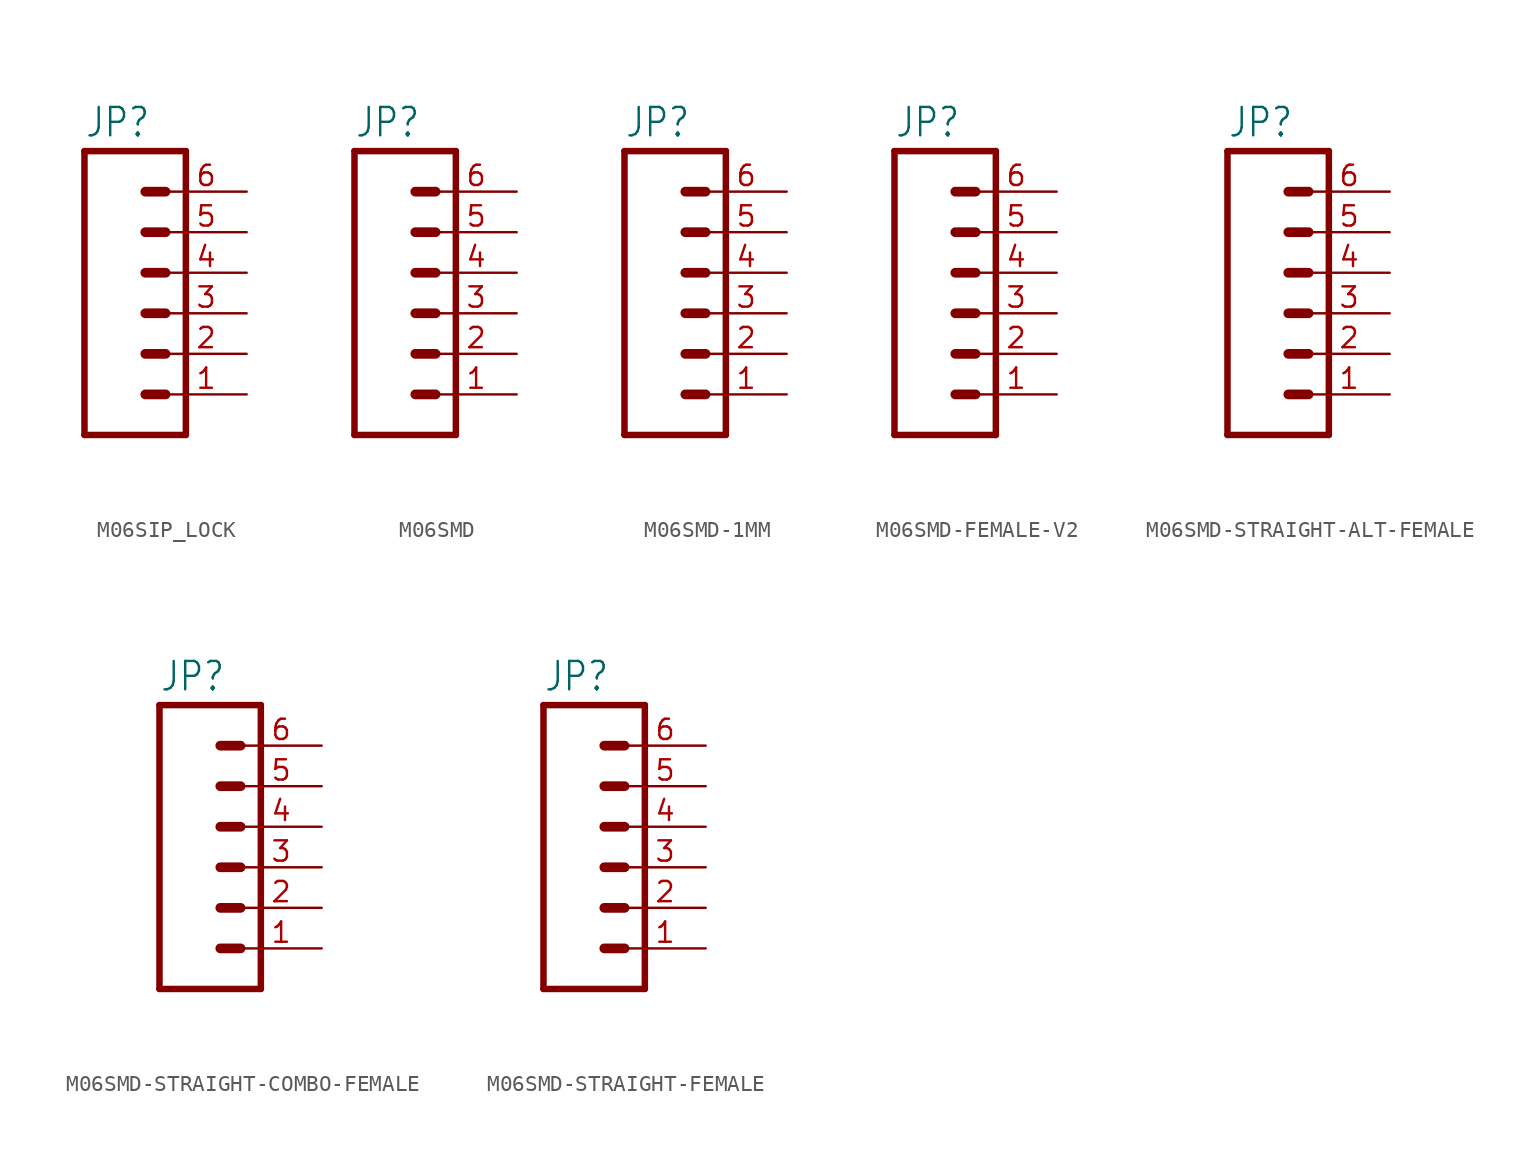
<source format=kicad_sym>
(kicad_symbol_lib
  (version 20231120)
  (generator "kicad_symbol_editor")
  (generator_version "8.0")
  (symbol "M06SIP_LOCK"
    (property "Reference" "JP"
      (at -5.08 10.922 0)
      (effects (font (size 1.778 1.511)) (justify left bottom)))
    (property "Value" ""
      (at -5.08 -10.16 0)
      (effects (font (size 1.778 1.511)) (justify left bottom)))
    (property "ki_locked" ""
      (at 0 0 0)
      (effects (font (size 1.27 1.27))))
    (symbol "M06SIP_LOCK_1_0"
      (polyline (pts (xy -5.08 10.16) (xy -5.08 -7.62)) (stroke (width 0.406) (type solid)) (fill (type none)))
      (polyline (pts (xy -5.08 10.16) (xy 1.27 10.16)) (stroke (width 0.406) (type solid)) (fill (type none)))
      (polyline (pts (xy -1.27 -5.08) (xy 0 -5.08)) (stroke (width 0.61) (type solid)) (fill (type none)))
      (polyline (pts (xy -1.27 -2.54) (xy 0 -2.54)) (stroke (width 0.61) (type solid)) (fill (type none)))
      (polyline (pts (xy -1.27 0) (xy 0 0)) (stroke (width 0.61) (type solid)) (fill (type none)))
      (polyline (pts (xy -1.27 2.54) (xy 0 2.54)) (stroke (width 0.61) (type solid)) (fill (type none)))
      (polyline (pts (xy -1.27 5.08) (xy 0 5.08)) (stroke (width 0.61) (type solid)) (fill (type none)))
      (polyline (pts (xy -1.27 7.62) (xy 0 7.62)) (stroke (width 0.61) (type solid)) (fill (type none)))
      (polyline (pts (xy 1.27 -7.62) (xy -5.08 -7.62)) (stroke (width 0.406) (type solid)) (fill (type none)))
      (polyline (pts (xy 1.27 -7.62) (xy 1.27 10.16)) (stroke (width 0.406) (type solid)) (fill (type none)))
      (pin passive line (at 5.08 -5.08 180) (length 5.08) (name "1" (effects (font (size 0 0)))) (number "1" (effects (font (size 1.27 1.27)))))
      (pin passive line (at 5.08 -2.54 180) (length 5.08) (name "2" (effects (font (size 0 0)))) (number "2" (effects (font (size 1.27 1.27)))))
      (pin passive line (at 5.08 0 180) (length 5.08) (name "3" (effects (font (size 0 0)))) (number "3" (effects (font (size 1.27 1.27)))))
      (pin passive line (at 5.08 2.54 180) (length 5.08) (name "4" (effects (font (size 0 0)))) (number "4" (effects (font (size 1.27 1.27)))))
      (pin passive line (at 5.08 5.08 180) (length 5.08) (name "5" (effects (font (size 0 0)))) (number "5" (effects (font (size 1.27 1.27)))))
      (pin passive line (at 5.08 7.62 180) (length 5.08) (name "6" (effects (font (size 0 0)))) (number "6" (effects (font (size 1.27 1.27)))))))
  (symbol "M06SMD"
    (property "Reference" "JP"
      (at -5.08 10.922 0)
      (effects (font (size 1.778 1.511)) (justify left bottom)))
    (property "Value" ""
      (at -5.08 -10.16 0)
      (effects (font (size 1.778 1.511)) (justify left bottom)))
    (property "ki_locked" ""
      (at 0 0 0)
      (effects (font (size 1.27 1.27))))
    (symbol "M06SMD_1_0"
      (polyline (pts (xy -5.08 10.16) (xy -5.08 -7.62)) (stroke (width 0.406) (type solid)) (fill (type none)))
      (polyline (pts (xy -5.08 10.16) (xy 1.27 10.16)) (stroke (width 0.406) (type solid)) (fill (type none)))
      (polyline (pts (xy -1.27 -5.08) (xy 0 -5.08)) (stroke (width 0.61) (type solid)) (fill (type none)))
      (polyline (pts (xy -1.27 -2.54) (xy 0 -2.54)) (stroke (width 0.61) (type solid)) (fill (type none)))
      (polyline (pts (xy -1.27 0) (xy 0 0)) (stroke (width 0.61) (type solid)) (fill (type none)))
      (polyline (pts (xy -1.27 2.54) (xy 0 2.54)) (stroke (width 0.61) (type solid)) (fill (type none)))
      (polyline (pts (xy -1.27 5.08) (xy 0 5.08)) (stroke (width 0.61) (type solid)) (fill (type none)))
      (polyline (pts (xy -1.27 7.62) (xy 0 7.62)) (stroke (width 0.61) (type solid)) (fill (type none)))
      (polyline (pts (xy 1.27 -7.62) (xy -5.08 -7.62)) (stroke (width 0.406) (type solid)) (fill (type none)))
      (polyline (pts (xy 1.27 -7.62) (xy 1.27 10.16)) (stroke (width 0.406) (type solid)) (fill (type none)))
      (pin passive line (at 5.08 -5.08 180) (length 5.08) (name "1" (effects (font (size 0 0)))) (number "1" (effects (font (size 1.27 1.27)))))
      (pin passive line (at 5.08 -2.54 180) (length 5.08) (name "2" (effects (font (size 0 0)))) (number "2" (effects (font (size 1.27 1.27)))))
      (pin passive line (at 5.08 0 180) (length 5.08) (name "3" (effects (font (size 0 0)))) (number "3" (effects (font (size 1.27 1.27)))))
      (pin passive line (at 5.08 2.54 180) (length 5.08) (name "4" (effects (font (size 0 0)))) (number "4" (effects (font (size 1.27 1.27)))))
      (pin passive line (at 5.08 5.08 180) (length 5.08) (name "5" (effects (font (size 0 0)))) (number "5" (effects (font (size 1.27 1.27)))))
      (pin passive line (at 5.08 7.62 180) (length 5.08) (name "6" (effects (font (size 0 0)))) (number "6" (effects (font (size 1.27 1.27)))))))
  (symbol "M06SMD-1MM"
    (property "Reference" "JP"
      (at -5.08 10.922 0)
      (effects (font (size 1.778 1.511)) (justify left bottom)))
    (property "Value" ""
      (at -5.08 -10.16 0)
      (effects (font (size 1.778 1.511)) (justify left bottom)))
    (property "ki_locked" ""
      (at 0 0 0)
      (effects (font (size 1.27 1.27))))
    (symbol "M06SMD-1MM_1_0"
      (polyline (pts (xy -5.08 10.16) (xy -5.08 -7.62)) (stroke (width 0.406) (type solid)) (fill (type none)))
      (polyline (pts (xy -5.08 10.16) (xy 1.27 10.16)) (stroke (width 0.406) (type solid)) (fill (type none)))
      (polyline (pts (xy -1.27 -5.08) (xy 0 -5.08)) (stroke (width 0.61) (type solid)) (fill (type none)))
      (polyline (pts (xy -1.27 -2.54) (xy 0 -2.54)) (stroke (width 0.61) (type solid)) (fill (type none)))
      (polyline (pts (xy -1.27 0) (xy 0 0)) (stroke (width 0.61) (type solid)) (fill (type none)))
      (polyline (pts (xy -1.27 2.54) (xy 0 2.54)) (stroke (width 0.61) (type solid)) (fill (type none)))
      (polyline (pts (xy -1.27 5.08) (xy 0 5.08)) (stroke (width 0.61) (type solid)) (fill (type none)))
      (polyline (pts (xy -1.27 7.62) (xy 0 7.62)) (stroke (width 0.61) (type solid)) (fill (type none)))
      (polyline (pts (xy 1.27 -7.62) (xy -5.08 -7.62)) (stroke (width 0.406) (type solid)) (fill (type none)))
      (polyline (pts (xy 1.27 -7.62) (xy 1.27 10.16)) (stroke (width 0.406) (type solid)) (fill (type none)))
      (pin passive line (at 5.08 -5.08 180) (length 5.08) (name "1" (effects (font (size 0 0)))) (number "1" (effects (font (size 1.27 1.27)))))
      (pin passive line (at 5.08 -2.54 180) (length 5.08) (name "2" (effects (font (size 0 0)))) (number "2" (effects (font (size 1.27 1.27)))))
      (pin passive line (at 5.08 0 180) (length 5.08) (name "3" (effects (font (size 0 0)))) (number "3" (effects (font (size 1.27 1.27)))))
      (pin passive line (at 5.08 2.54 180) (length 5.08) (name "4" (effects (font (size 0 0)))) (number "4" (effects (font (size 1.27 1.27)))))
      (pin passive line (at 5.08 5.08 180) (length 5.08) (name "5" (effects (font (size 0 0)))) (number "5" (effects (font (size 1.27 1.27)))))
      (pin passive line (at 5.08 7.62 180) (length 5.08) (name "6" (effects (font (size 0 0)))) (number "6" (effects (font (size 1.27 1.27)))))))
  (symbol "M06SMD-FEMALE-V2"
    (property "Reference" "JP"
      (at -5.08 10.922 0)
      (effects (font (size 1.778 1.511)) (justify left bottom)))
    (property "Value" ""
      (at -5.08 -10.16 0)
      (effects (font (size 1.778 1.511)) (justify left bottom)))
    (property "ki_locked" ""
      (at 0 0 0)
      (effects (font (size 1.27 1.27))))
    (symbol "M06SMD-FEMALE-V2_1_0"
      (polyline (pts (xy -5.08 10.16) (xy -5.08 -7.62)) (stroke (width 0.406) (type solid)) (fill (type none)))
      (polyline (pts (xy -5.08 10.16) (xy 1.27 10.16)) (stroke (width 0.406) (type solid)) (fill (type none)))
      (polyline (pts (xy -1.27 -5.08) (xy 0 -5.08)) (stroke (width 0.61) (type solid)) (fill (type none)))
      (polyline (pts (xy -1.27 -2.54) (xy 0 -2.54)) (stroke (width 0.61) (type solid)) (fill (type none)))
      (polyline (pts (xy -1.27 0) (xy 0 0)) (stroke (width 0.61) (type solid)) (fill (type none)))
      (polyline (pts (xy -1.27 2.54) (xy 0 2.54)) (stroke (width 0.61) (type solid)) (fill (type none)))
      (polyline (pts (xy -1.27 5.08) (xy 0 5.08)) (stroke (width 0.61) (type solid)) (fill (type none)))
      (polyline (pts (xy -1.27 7.62) (xy 0 7.62)) (stroke (width 0.61) (type solid)) (fill (type none)))
      (polyline (pts (xy 1.27 -7.62) (xy -5.08 -7.62)) (stroke (width 0.406) (type solid)) (fill (type none)))
      (polyline (pts (xy 1.27 -7.62) (xy 1.27 10.16)) (stroke (width 0.406) (type solid)) (fill (type none)))
      (pin passive line (at 5.08 -5.08 180) (length 5.08) (name "1" (effects (font (size 0 0)))) (number "1" (effects (font (size 1.27 1.27)))))
      (pin passive line (at 5.08 -2.54 180) (length 5.08) (name "2" (effects (font (size 0 0)))) (number "2" (effects (font (size 1.27 1.27)))))
      (pin passive line (at 5.08 0 180) (length 5.08) (name "3" (effects (font (size 0 0)))) (number "3" (effects (font (size 1.27 1.27)))))
      (pin passive line (at 5.08 2.54 180) (length 5.08) (name "4" (effects (font (size 0 0)))) (number "4" (effects (font (size 1.27 1.27)))))
      (pin passive line (at 5.08 5.08 180) (length 5.08) (name "5" (effects (font (size 0 0)))) (number "5" (effects (font (size 1.27 1.27)))))
      (pin passive line (at 5.08 7.62 180) (length 5.08) (name "6" (effects (font (size 0 0)))) (number "6" (effects (font (size 1.27 1.27)))))))
  (symbol "M06SMD-STRAIGHT-ALT-FEMALE"
    (property "Reference" "JP"
      (at -5.08 10.922 0)
      (effects (font (size 1.778 1.511)) (justify left bottom)))
    (property "Value" ""
      (at -5.08 -10.16 0)
      (effects (font (size 1.778 1.511)) (justify left bottom)))
    (property "ki_locked" ""
      (at 0 0 0)
      (effects (font (size 1.27 1.27))))
    (symbol "M06SMD-STRAIGHT-ALT-FEMALE_1_0"
      (polyline (pts (xy -5.08 10.16) (xy -5.08 -7.62)) (stroke (width 0.406) (type solid)) (fill (type none)))
      (polyline (pts (xy -5.08 10.16) (xy 1.27 10.16)) (stroke (width 0.406) (type solid)) (fill (type none)))
      (polyline (pts (xy -1.27 -5.08) (xy 0 -5.08)) (stroke (width 0.61) (type solid)) (fill (type none)))
      (polyline (pts (xy -1.27 -2.54) (xy 0 -2.54)) (stroke (width 0.61) (type solid)) (fill (type none)))
      (polyline (pts (xy -1.27 0) (xy 0 0)) (stroke (width 0.61) (type solid)) (fill (type none)))
      (polyline (pts (xy -1.27 2.54) (xy 0 2.54)) (stroke (width 0.61) (type solid)) (fill (type none)))
      (polyline (pts (xy -1.27 5.08) (xy 0 5.08)) (stroke (width 0.61) (type solid)) (fill (type none)))
      (polyline (pts (xy -1.27 7.62) (xy 0 7.62)) (stroke (width 0.61) (type solid)) (fill (type none)))
      (polyline (pts (xy 1.27 -7.62) (xy -5.08 -7.62)) (stroke (width 0.406) (type solid)) (fill (type none)))
      (polyline (pts (xy 1.27 -7.62) (xy 1.27 10.16)) (stroke (width 0.406) (type solid)) (fill (type none)))
      (pin passive line (at 5.08 -5.08 180) (length 5.08) (name "1" (effects (font (size 0 0)))) (number "1" (effects (font (size 1.27 1.27)))))
      (pin passive line (at 5.08 -2.54 180) (length 5.08) (name "2" (effects (font (size 0 0)))) (number "2" (effects (font (size 1.27 1.27)))))
      (pin passive line (at 5.08 0 180) (length 5.08) (name "3" (effects (font (size 0 0)))) (number "3" (effects (font (size 1.27 1.27)))))
      (pin passive line (at 5.08 2.54 180) (length 5.08) (name "4" (effects (font (size 0 0)))) (number "4" (effects (font (size 1.27 1.27)))))
      (pin passive line (at 5.08 5.08 180) (length 5.08) (name "5" (effects (font (size 0 0)))) (number "5" (effects (font (size 1.27 1.27)))))
      (pin passive line (at 5.08 7.62 180) (length 5.08) (name "6" (effects (font (size 0 0)))) (number "6" (effects (font (size 1.27 1.27)))))))
  (symbol "M06SMD-STRAIGHT-COMBO-FEMALE"
    (property "Reference" "JP"
      (at -5.08 10.922 0)
      (effects (font (size 1.778 1.511)) (justify left bottom)))
    (property "Value" ""
      (at -5.08 -10.16 0)
      (effects (font (size 1.778 1.511)) (justify left bottom)))
    (property "ki_locked" ""
      (at 0 0 0)
      (effects (font (size 1.27 1.27))))
    (symbol "M06SMD-STRAIGHT-COMBO-FEMALE_1_0"
      (polyline (pts (xy -5.08 10.16) (xy -5.08 -7.62)) (stroke (width 0.406) (type solid)) (fill (type none)))
      (polyline (pts (xy -5.08 10.16) (xy 1.27 10.16)) (stroke (width 0.406) (type solid)) (fill (type none)))
      (polyline (pts (xy -1.27 -5.08) (xy 0 -5.08)) (stroke (width 0.61) (type solid)) (fill (type none)))
      (polyline (pts (xy -1.27 -2.54) (xy 0 -2.54)) (stroke (width 0.61) (type solid)) (fill (type none)))
      (polyline (pts (xy -1.27 0) (xy 0 0)) (stroke (width 0.61) (type solid)) (fill (type none)))
      (polyline (pts (xy -1.27 2.54) (xy 0 2.54)) (stroke (width 0.61) (type solid)) (fill (type none)))
      (polyline (pts (xy -1.27 5.08) (xy 0 5.08)) (stroke (width 0.61) (type solid)) (fill (type none)))
      (polyline (pts (xy -1.27 7.62) (xy 0 7.62)) (stroke (width 0.61) (type solid)) (fill (type none)))
      (polyline (pts (xy 1.27 -7.62) (xy -5.08 -7.62)) (stroke (width 0.406) (type solid)) (fill (type none)))
      (polyline (pts (xy 1.27 -7.62) (xy 1.27 10.16)) (stroke (width 0.406) (type solid)) (fill (type none)))
      (pin passive line (at 5.08 -5.08 180) (length 5.08) (name "1" (effects (font (size 0 0)))) (number "1" (effects (font (size 1.27 1.27)))))
      (pin passive line (at 5.08 -2.54 180) (length 5.08) (name "2" (effects (font (size 0 0)))) (number "2" (effects (font (size 1.27 1.27)))))
      (pin passive line (at 5.08 0 180) (length 5.08) (name "3" (effects (font (size 0 0)))) (number "3" (effects (font (size 1.27 1.27)))))
      (pin passive line (at 5.08 2.54 180) (length 5.08) (name "4" (effects (font (size 0 0)))) (number "4" (effects (font (size 1.27 1.27)))))
      (pin passive line (at 5.08 5.08 180) (length 5.08) (name "5" (effects (font (size 0 0)))) (number "5" (effects (font (size 1.27 1.27)))))
      (pin passive line (at 5.08 7.62 180) (length 5.08) (name "6" (effects (font (size 0 0)))) (number "6" (effects (font (size 1.27 1.27)))))))
  (symbol "M06SMD-STRAIGHT-FEMALE"
    (property "Reference" "JP"
      (at -5.08 10.922 0)
      (effects (font (size 1.778 1.511)) (justify left bottom)))
    (property "Value" ""
      (at -5.08 -10.16 0)
      (effects (font (size 1.778 1.511)) (justify left bottom)))
    (property "ki_locked" ""
      (at 0 0 0)
      (effects (font (size 1.27 1.27))))
    (symbol "M06SMD-STRAIGHT-FEMALE_1_0"
      (polyline (pts (xy -5.08 10.16) (xy -5.08 -7.62)) (stroke (width 0.406) (type solid)) (fill (type none)))
      (polyline (pts (xy -5.08 10.16) (xy 1.27 10.16)) (stroke (width 0.406) (type solid)) (fill (type none)))
      (polyline (pts (xy -1.27 -5.08) (xy 0 -5.08)) (stroke (width 0.61) (type solid)) (fill (type none)))
      (polyline (pts (xy -1.27 -2.54) (xy 0 -2.54)) (stroke (width 0.61) (type solid)) (fill (type none)))
      (polyline (pts (xy -1.27 0) (xy 0 0)) (stroke (width 0.61) (type solid)) (fill (type none)))
      (polyline (pts (xy -1.27 2.54) (xy 0 2.54)) (stroke (width 0.61) (type solid)) (fill (type none)))
      (polyline (pts (xy -1.27 5.08) (xy 0 5.08)) (stroke (width 0.61) (type solid)) (fill (type none)))
      (polyline (pts (xy -1.27 7.62) (xy 0 7.62)) (stroke (width 0.61) (type solid)) (fill (type none)))
      (polyline (pts (xy 1.27 -7.62) (xy -5.08 -7.62)) (stroke (width 0.406) (type solid)) (fill (type none)))
      (polyline (pts (xy 1.27 -7.62) (xy 1.27 10.16)) (stroke (width 0.406) (type solid)) (fill (type none)))
      (pin passive line (at 5.08 -5.08 180) (length 5.08) (name "1" (effects (font (size 0 0)))) (number "1" (effects (font (size 1.27 1.27)))))
      (pin passive line (at 5.08 -2.54 180) (length 5.08) (name "2" (effects (font (size 0 0)))) (number "2" (effects (font (size 1.27 1.27)))))
      (pin passive line (at 5.08 0 180) (length 5.08) (name "3" (effects (font (size 0 0)))) (number "3" (effects (font (size 1.27 1.27)))))
      (pin passive line (at 5.08 2.54 180) (length 5.08) (name "4" (effects (font (size 0 0)))) (number "4" (effects (font (size 1.27 1.27)))))
      (pin passive line (at 5.08 5.08 180) (length 5.08) (name "5" (effects (font (size 0 0)))) (number "5" (effects (font (size 1.27 1.27)))))
      (pin passive line (at 5.08 7.62 180) (length 5.08) (name "6" (effects (font (size 0 0)))) (number "6" (effects (font (size 1.27 1.27))))))))
</source>
